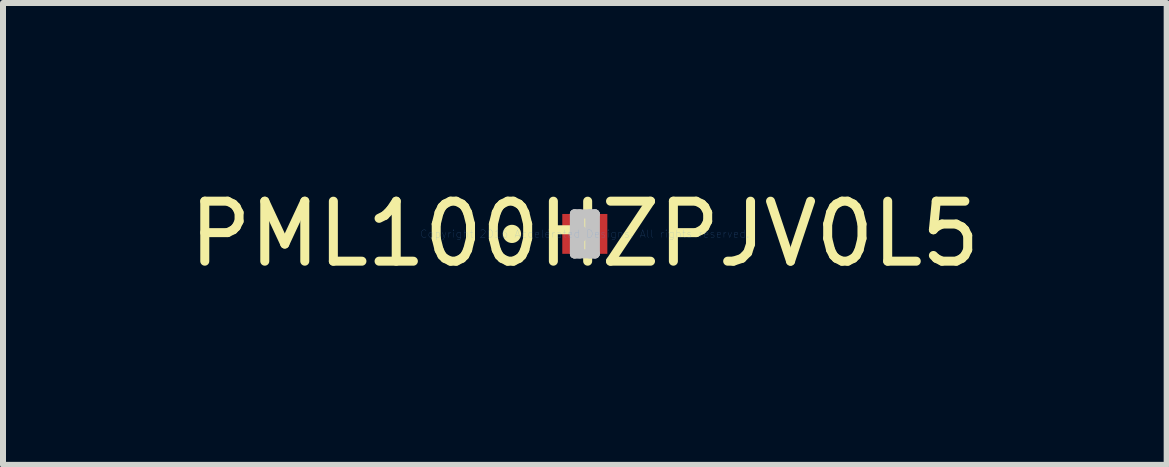
<source format=kicad_pcb>
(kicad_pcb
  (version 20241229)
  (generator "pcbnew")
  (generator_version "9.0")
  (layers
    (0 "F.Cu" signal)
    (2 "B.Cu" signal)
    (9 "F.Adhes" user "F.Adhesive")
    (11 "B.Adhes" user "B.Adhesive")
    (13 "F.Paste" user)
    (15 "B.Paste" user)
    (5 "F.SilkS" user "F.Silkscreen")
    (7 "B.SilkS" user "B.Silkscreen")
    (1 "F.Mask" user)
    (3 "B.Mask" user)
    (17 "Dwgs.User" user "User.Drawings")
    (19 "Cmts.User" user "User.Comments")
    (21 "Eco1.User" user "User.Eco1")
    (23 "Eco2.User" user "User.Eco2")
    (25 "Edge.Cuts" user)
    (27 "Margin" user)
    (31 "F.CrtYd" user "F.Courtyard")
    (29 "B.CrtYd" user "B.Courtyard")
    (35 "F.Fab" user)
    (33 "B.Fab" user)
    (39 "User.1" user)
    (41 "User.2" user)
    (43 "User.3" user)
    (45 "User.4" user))
  (footprint "PML100HZPJV0L5"
    (layer "F.Cu")
    (at 6.696 0.848)
    (property "Reference" "PML100HZPJV0L5" (at 0 0 0) (layer "F.SilkS") (effects (font (size 1 1) (thickness 0.15))))
    (attr through_hole)
    (fp_circle (center -1.214 0) (end -1.138 0) (stroke (width 0.152) (type solid)) (fill no) (layer "F.SilkS"))
    (fp_line (start -0.172 -0.332) (end -0.172 0.332) (stroke (width 0.152) (type solid)) (layer "Dwgs.User"))
    (fp_line (start -0.172 -0.332) (end -0.172 0.332) (stroke (width 0.152) (type solid)) (layer "Dwgs.User"))
    (fp_line (start -0.172 0.332) (end -0.083 0.332) (stroke (width 0.152) (type solid)) (layer "Dwgs.User"))
    (fp_line (start -0.172 0.332) (end 0.172 0.332) (stroke (width 0.152) (type solid)) (layer "Dwgs.User"))
    (fp_line (start -0.083 -0.332) (end -0.172 -0.332) (stroke (width 0.152) (type solid)) (layer "Dwgs.User"))
    (fp_line (start -0.083 0.332) (end -0.083 -0.332) (stroke (width 0.152) (type solid)) (layer "Dwgs.User"))
    (fp_line (start 0.083 -0.332) (end 0.083 0.332) (stroke (width 0.152) (type solid)) (layer "Dwgs.User"))
    (fp_line (start 0.083 0.332) (end 0.172 0.332) (stroke (width 0.152) (type solid)) (layer "Dwgs.User"))
    (fp_line (start 0.172 -0.332) (end -0.172 -0.332) (stroke (width 0.152) (type solid)) (layer "Dwgs.User"))
    (fp_line (start 0.172 -0.332) (end 0.083 -0.332) (stroke (width 0.152) (type solid)) (layer "Dwgs.User"))
    (fp_line (start 0.172 0.332) (end 0.172 -0.332) (stroke (width 0.152) (type solid)) (layer "Dwgs.User"))
    (fp_line (start 0.172 0.332) (end 0.172 -0.332) (stroke (width 0.152) (type solid)) (layer "Dwgs.User"))
    (fp_circle (center -0.102 0) (end -0.026 0) (stroke (width 0.152) (type solid)) (fill no) (layer "Dwgs.User"))
    (fp_text user "Copyright 2016 Accelerated Designs. All rights reserved." (at 0 0 0) (layer "Cmts.User") (effects (font (size 0.127 0.127) (thickness 0.002))))
    (pad "1" smd rect (at -0.229 0) (size 0.293 0.664) (layers "F.Cu" "F.Mask" "F.Paste"))
    (pad "2" smd rect (at 0.229 0) (size 0.293 0.664) (layers "F.Cu" "F.Mask" "F.Paste")))
  (gr_rect
    (start -3 -3)
    (end 16.393 4.697)
    (stroke (width 0.1) (type default))
    (fill no)
    (layer "Edge.Cuts")))
</source>
